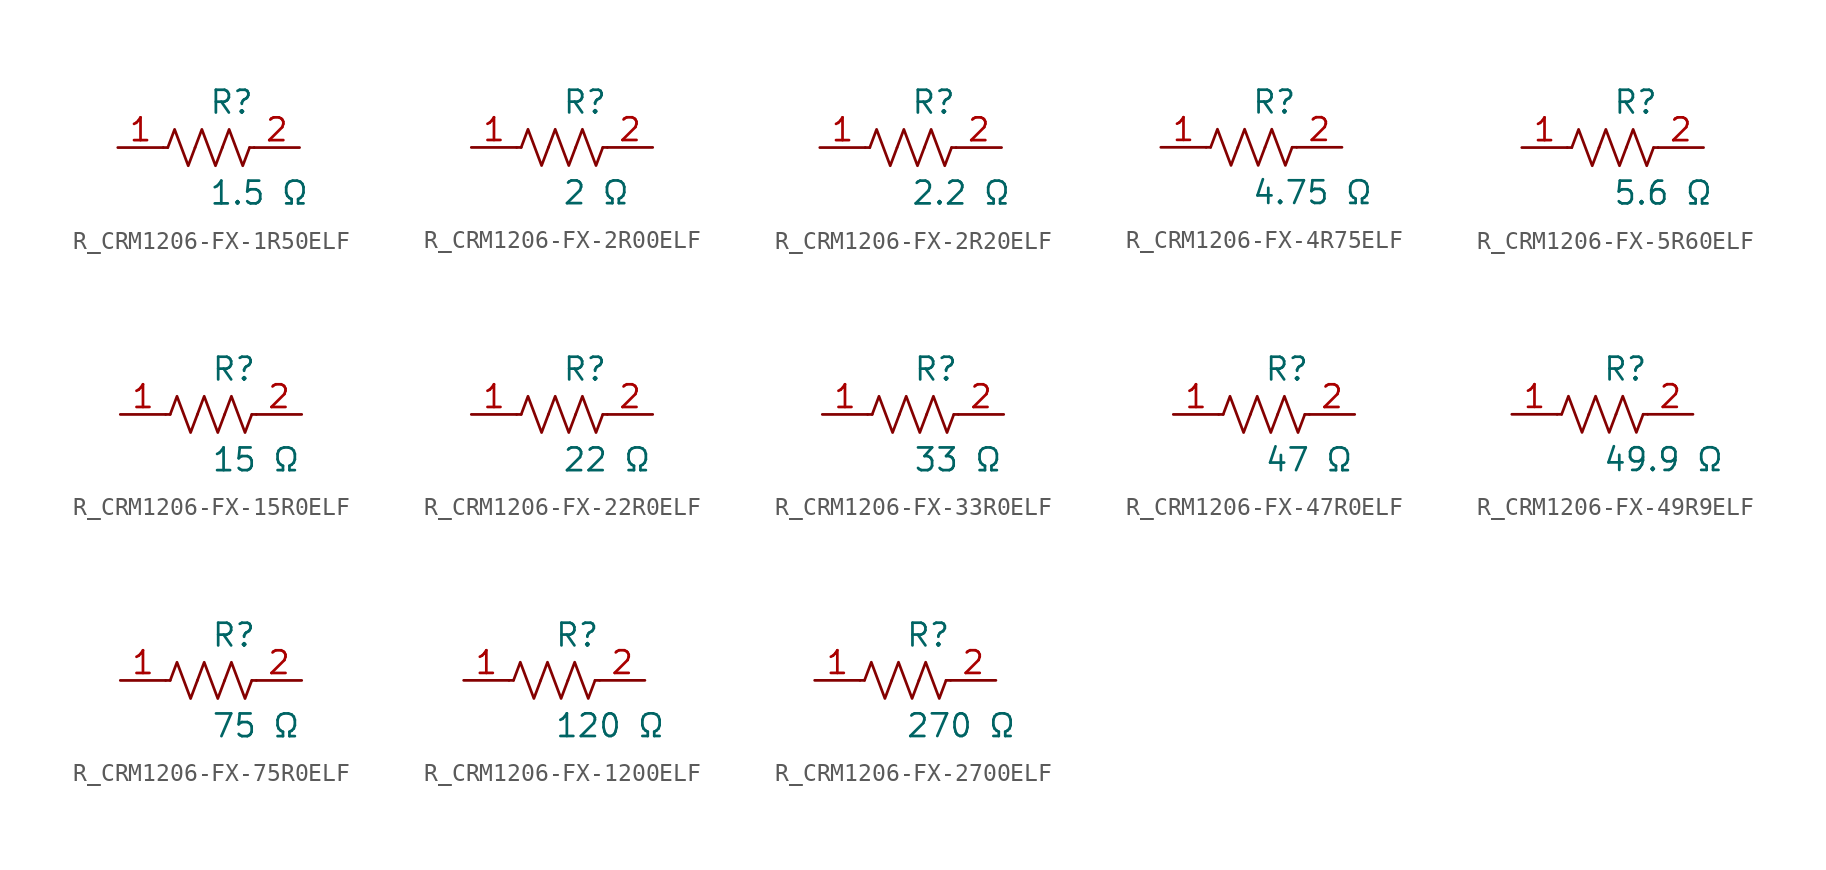
<source format=kicad_sym>
(kicad_symbol_lib
  (version 20231120)
  (generator kicad_symbol_editor)
  (generator_version 8.0)
  (symbol "R_CRM1206-FX-1R50ELF"
    (pin_names
      (offset 0.254))
    (property "Reference" "R"
      (at 0 2.54 0)
      (effects (font (size 1.27 1.27)) (justify left)))
    (property "Value" "1.5 Ω"
      (at 0 -2.54 0)
      (effects (font (size 1.27 1.27)) (justify left)))
    (symbol "R_CRM1206-FX-1R50ELF_0_1"
      (polyline (pts (xy 2.286 0) (xy 2.54 0)) (stroke (width 0) (type default)) (fill (type none)))
      (polyline (pts (xy -2.286 0) (xy -2.54 0)) (stroke (width 0) (type default)) (fill (type none)))
      (polyline (pts (xy 0.762 0) (xy 1.143 1.016) (xy 1.524 0) (xy 1.905 -1.016) (xy 2.286 0)) (stroke (width 0) (type default)) (fill (type none)))
      (polyline (pts (xy -0.762 0) (xy -0.381 1.016) (xy 0 0) (xy 0.381 -1.016) (xy 0.762 0)) (stroke (width 0) (type default)) (fill (type none)))
      (polyline (pts (xy -2.286 0) (xy -1.905 1.016) (xy -1.524 0) (xy -1.143 -1.016) (xy -0.762 0)) (stroke (width 0) (type default)) (fill (type none))))
    (pin passive line
      (at -5.08 0 0)
      (length 2.54)
      (name "" (effects (font (size 1.27 1.27))))
      (number "1" (effects (font (size 1.27 1.27)))))
    (pin passive line
      (at 5.08 0 180)
      (length 2.54)
      (name "" (effects (font (size 1.27 1.27))))
      (number "2" (effects (font (size 1.27 1.27))))))
  (symbol "R_CRM1206-FX-2R00ELF"
    (pin_names
      (offset 0.254))
    (property "Reference" "R"
      (at 0 2.54 0)
      (effects (font (size 1.27 1.27)) (justify left)))
    (property "Value" "2 Ω"
      (at 0 -2.54 0)
      (effects (font (size 1.27 1.27)) (justify left)))
    (symbol "R_CRM1206-FX-2R00ELF_0_1"
      (polyline (pts (xy 2.286 0) (xy 2.54 0)) (stroke (width 0) (type default)) (fill (type none)))
      (polyline (pts (xy -2.286 0) (xy -2.54 0)) (stroke (width 0) (type default)) (fill (type none)))
      (polyline (pts (xy 0.762 0) (xy 1.143 1.016) (xy 1.524 0) (xy 1.905 -1.016) (xy 2.286 0)) (stroke (width 0) (type default)) (fill (type none)))
      (polyline (pts (xy -0.762 0) (xy -0.381 1.016) (xy 0 0) (xy 0.381 -1.016) (xy 0.762 0)) (stroke (width 0) (type default)) (fill (type none)))
      (polyline (pts (xy -2.286 0) (xy -1.905 1.016) (xy -1.524 0) (xy -1.143 -1.016) (xy -0.762 0)) (stroke (width 0) (type default)) (fill (type none))))
    (pin passive line
      (at -5.08 0 0)
      (length 2.54)
      (name "" (effects (font (size 1.27 1.27))))
      (number "1" (effects (font (size 1.27 1.27)))))
    (pin passive line
      (at 5.08 0 180)
      (length 2.54)
      (name "" (effects (font (size 1.27 1.27))))
      (number "2" (effects (font (size 1.27 1.27))))))
  (symbol "R_CRM1206-FX-2R20ELF"
    (pin_names
      (offset 0.254))
    (property "Reference" "R"
      (at 0 2.54 0)
      (effects (font (size 1.27 1.27)) (justify left)))
    (property "Value" "2.2 Ω"
      (at 0 -2.54 0)
      (effects (font (size 1.27 1.27)) (justify left)))
    (symbol "R_CRM1206-FX-2R20ELF_0_1"
      (polyline (pts (xy 2.286 0) (xy 2.54 0)) (stroke (width 0) (type default)) (fill (type none)))
      (polyline (pts (xy -2.286 0) (xy -2.54 0)) (stroke (width 0) (type default)) (fill (type none)))
      (polyline (pts (xy 0.762 0) (xy 1.143 1.016) (xy 1.524 0) (xy 1.905 -1.016) (xy 2.286 0)) (stroke (width 0) (type default)) (fill (type none)))
      (polyline (pts (xy -0.762 0) (xy -0.381 1.016) (xy 0 0) (xy 0.381 -1.016) (xy 0.762 0)) (stroke (width 0) (type default)) (fill (type none)))
      (polyline (pts (xy -2.286 0) (xy -1.905 1.016) (xy -1.524 0) (xy -1.143 -1.016) (xy -0.762 0)) (stroke (width 0) (type default)) (fill (type none))))
    (pin passive line
      (at -5.08 0 0)
      (length 2.54)
      (name "" (effects (font (size 1.27 1.27))))
      (number "1" (effects (font (size 1.27 1.27)))))
    (pin passive line
      (at 5.08 0 180)
      (length 2.54)
      (name "" (effects (font (size 1.27 1.27))))
      (number "2" (effects (font (size 1.27 1.27))))))
  (symbol "R_CRM1206-FX-4R75ELF"
    (pin_names
      (offset 0.254))
    (property "Reference" "R"
      (at 0 2.54 0)
      (effects (font (size 1.27 1.27)) (justify left)))
    (property "Value" "4.75 Ω"
      (at 0 -2.54 0)
      (effects (font (size 1.27 1.27)) (justify left)))
    (symbol "R_CRM1206-FX-4R75ELF_0_1"
      (polyline (pts (xy 2.286 0) (xy 2.54 0)) (stroke (width 0) (type default)) (fill (type none)))
      (polyline (pts (xy -2.286 0) (xy -2.54 0)) (stroke (width 0) (type default)) (fill (type none)))
      (polyline (pts (xy 0.762 0) (xy 1.143 1.016) (xy 1.524 0) (xy 1.905 -1.016) (xy 2.286 0)) (stroke (width 0) (type default)) (fill (type none)))
      (polyline (pts (xy -0.762 0) (xy -0.381 1.016) (xy 0 0) (xy 0.381 -1.016) (xy 0.762 0)) (stroke (width 0) (type default)) (fill (type none)))
      (polyline (pts (xy -2.286 0) (xy -1.905 1.016) (xy -1.524 0) (xy -1.143 -1.016) (xy -0.762 0)) (stroke (width 0) (type default)) (fill (type none))))
    (pin passive line
      (at -5.08 0 0)
      (length 2.54)
      (name "" (effects (font (size 1.27 1.27))))
      (number "1" (effects (font (size 1.27 1.27)))))
    (pin passive line
      (at 5.08 0 180)
      (length 2.54)
      (name "" (effects (font (size 1.27 1.27))))
      (number "2" (effects (font (size 1.27 1.27))))))
  (symbol "R_CRM1206-FX-5R60ELF"
    (pin_names
      (offset 0.254))
    (property "Reference" "R"
      (at 0 2.54 0)
      (effects (font (size 1.27 1.27)) (justify left)))
    (property "Value" "5.6 Ω"
      (at 0 -2.54 0)
      (effects (font (size 1.27 1.27)) (justify left)))
    (symbol "R_CRM1206-FX-5R60ELF_0_1"
      (polyline (pts (xy 2.286 0) (xy 2.54 0)) (stroke (width 0) (type default)) (fill (type none)))
      (polyline (pts (xy -2.286 0) (xy -2.54 0)) (stroke (width 0) (type default)) (fill (type none)))
      (polyline (pts (xy 0.762 0) (xy 1.143 1.016) (xy 1.524 0) (xy 1.905 -1.016) (xy 2.286 0)) (stroke (width 0) (type default)) (fill (type none)))
      (polyline (pts (xy -0.762 0) (xy -0.381 1.016) (xy 0 0) (xy 0.381 -1.016) (xy 0.762 0)) (stroke (width 0) (type default)) (fill (type none)))
      (polyline (pts (xy -2.286 0) (xy -1.905 1.016) (xy -1.524 0) (xy -1.143 -1.016) (xy -0.762 0)) (stroke (width 0) (type default)) (fill (type none))))
    (pin passive line
      (at -5.08 0 0)
      (length 2.54)
      (name "" (effects (font (size 1.27 1.27))))
      (number "1" (effects (font (size 1.27 1.27)))))
    (pin passive line
      (at 5.08 0 180)
      (length 2.54)
      (name "" (effects (font (size 1.27 1.27))))
      (number "2" (effects (font (size 1.27 1.27))))))
  (symbol "R_CRM1206-FX-15R0ELF"
    (pin_names
      (offset 0.254))
    (property "Reference" "R"
      (at 0 2.54 0)
      (effects (font (size 1.27 1.27)) (justify left)))
    (property "Value" "15 Ω"
      (at 0 -2.54 0)
      (effects (font (size 1.27 1.27)) (justify left)))
    (symbol "R_CRM1206-FX-15R0ELF_0_1"
      (polyline (pts (xy 2.286 0) (xy 2.54 0)) (stroke (width 0) (type default)) (fill (type none)))
      (polyline (pts (xy -2.286 0) (xy -2.54 0)) (stroke (width 0) (type default)) (fill (type none)))
      (polyline (pts (xy 0.762 0) (xy 1.143 1.016) (xy 1.524 0) (xy 1.905 -1.016) (xy 2.286 0)) (stroke (width 0) (type default)) (fill (type none)))
      (polyline (pts (xy -0.762 0) (xy -0.381 1.016) (xy 0 0) (xy 0.381 -1.016) (xy 0.762 0)) (stroke (width 0) (type default)) (fill (type none)))
      (polyline (pts (xy -2.286 0) (xy -1.905 1.016) (xy -1.524 0) (xy -1.143 -1.016) (xy -0.762 0)) (stroke (width 0) (type default)) (fill (type none))))
    (pin passive line
      (at -5.08 0 0)
      (length 2.54)
      (name "" (effects (font (size 1.27 1.27))))
      (number "1" (effects (font (size 1.27 1.27)))))
    (pin passive line
      (at 5.08 0 180)
      (length 2.54)
      (name "" (effects (font (size 1.27 1.27))))
      (number "2" (effects (font (size 1.27 1.27))))))
  (symbol "R_CRM1206-FX-22R0ELF"
    (pin_names
      (offset 0.254))
    (property "Reference" "R"
      (at 0 2.54 0)
      (effects (font (size 1.27 1.27)) (justify left)))
    (property "Value" "22 Ω"
      (at 0 -2.54 0)
      (effects (font (size 1.27 1.27)) (justify left)))
    (symbol "R_CRM1206-FX-22R0ELF_0_1"
      (polyline (pts (xy 2.286 0) (xy 2.54 0)) (stroke (width 0) (type default)) (fill (type none)))
      (polyline (pts (xy -2.286 0) (xy -2.54 0)) (stroke (width 0) (type default)) (fill (type none)))
      (polyline (pts (xy 0.762 0) (xy 1.143 1.016) (xy 1.524 0) (xy 1.905 -1.016) (xy 2.286 0)) (stroke (width 0) (type default)) (fill (type none)))
      (polyline (pts (xy -0.762 0) (xy -0.381 1.016) (xy 0 0) (xy 0.381 -1.016) (xy 0.762 0)) (stroke (width 0) (type default)) (fill (type none)))
      (polyline (pts (xy -2.286 0) (xy -1.905 1.016) (xy -1.524 0) (xy -1.143 -1.016) (xy -0.762 0)) (stroke (width 0) (type default)) (fill (type none))))
    (pin passive line
      (at -5.08 0 0)
      (length 2.54)
      (name "" (effects (font (size 1.27 1.27))))
      (number "1" (effects (font (size 1.27 1.27)))))
    (pin passive line
      (at 5.08 0 180)
      (length 2.54)
      (name "" (effects (font (size 1.27 1.27))))
      (number "2" (effects (font (size 1.27 1.27))))))
  (symbol "R_CRM1206-FX-33R0ELF"
    (pin_names
      (offset 0.254))
    (property "Reference" "R"
      (at 0 2.54 0)
      (effects (font (size 1.27 1.27)) (justify left)))
    (property "Value" "33 Ω"
      (at 0 -2.54 0)
      (effects (font (size 1.27 1.27)) (justify left)))
    (symbol "R_CRM1206-FX-33R0ELF_0_1"
      (polyline (pts (xy 2.286 0) (xy 2.54 0)) (stroke (width 0) (type default)) (fill (type none)))
      (polyline (pts (xy -2.286 0) (xy -2.54 0)) (stroke (width 0) (type default)) (fill (type none)))
      (polyline (pts (xy 0.762 0) (xy 1.143 1.016) (xy 1.524 0) (xy 1.905 -1.016) (xy 2.286 0)) (stroke (width 0) (type default)) (fill (type none)))
      (polyline (pts (xy -0.762 0) (xy -0.381 1.016) (xy 0 0) (xy 0.381 -1.016) (xy 0.762 0)) (stroke (width 0) (type default)) (fill (type none)))
      (polyline (pts (xy -2.286 0) (xy -1.905 1.016) (xy -1.524 0) (xy -1.143 -1.016) (xy -0.762 0)) (stroke (width 0) (type default)) (fill (type none))))
    (pin passive line
      (at -5.08 0 0)
      (length 2.54)
      (name "" (effects (font (size 1.27 1.27))))
      (number "1" (effects (font (size 1.27 1.27)))))
    (pin passive line
      (at 5.08 0 180)
      (length 2.54)
      (name "" (effects (font (size 1.27 1.27))))
      (number "2" (effects (font (size 1.27 1.27))))))
  (symbol "R_CRM1206-FX-47R0ELF"
    (pin_names
      (offset 0.254))
    (property "Reference" "R"
      (at 0 2.54 0)
      (effects (font (size 1.27 1.27)) (justify left)))
    (property "Value" "47 Ω"
      (at 0 -2.54 0)
      (effects (font (size 1.27 1.27)) (justify left)))
    (symbol "R_CRM1206-FX-47R0ELF_0_1"
      (polyline (pts (xy 2.286 0) (xy 2.54 0)) (stroke (width 0) (type default)) (fill (type none)))
      (polyline (pts (xy -2.286 0) (xy -2.54 0)) (stroke (width 0) (type default)) (fill (type none)))
      (polyline (pts (xy 0.762 0) (xy 1.143 1.016) (xy 1.524 0) (xy 1.905 -1.016) (xy 2.286 0)) (stroke (width 0) (type default)) (fill (type none)))
      (polyline (pts (xy -0.762 0) (xy -0.381 1.016) (xy 0 0) (xy 0.381 -1.016) (xy 0.762 0)) (stroke (width 0) (type default)) (fill (type none)))
      (polyline (pts (xy -2.286 0) (xy -1.905 1.016) (xy -1.524 0) (xy -1.143 -1.016) (xy -0.762 0)) (stroke (width 0) (type default)) (fill (type none))))
    (pin passive line
      (at -5.08 0 0)
      (length 2.54)
      (name "" (effects (font (size 1.27 1.27))))
      (number "1" (effects (font (size 1.27 1.27)))))
    (pin passive line
      (at 5.08 0 180)
      (length 2.54)
      (name "" (effects (font (size 1.27 1.27))))
      (number "2" (effects (font (size 1.27 1.27))))))
  (symbol "R_CRM1206-FX-49R9ELF"
    (pin_names
      (offset 0.254))
    (property "Reference" "R"
      (at 0 2.54 0)
      (effects (font (size 1.27 1.27)) (justify left)))
    (property "Value" "49.9 Ω"
      (at 0 -2.54 0)
      (effects (font (size 1.27 1.27)) (justify left)))
    (symbol "R_CRM1206-FX-49R9ELF_0_1"
      (polyline (pts (xy 2.286 0) (xy 2.54 0)) (stroke (width 0) (type default)) (fill (type none)))
      (polyline (pts (xy -2.286 0) (xy -2.54 0)) (stroke (width 0) (type default)) (fill (type none)))
      (polyline (pts (xy 0.762 0) (xy 1.143 1.016) (xy 1.524 0) (xy 1.905 -1.016) (xy 2.286 0)) (stroke (width 0) (type default)) (fill (type none)))
      (polyline (pts (xy -0.762 0) (xy -0.381 1.016) (xy 0 0) (xy 0.381 -1.016) (xy 0.762 0)) (stroke (width 0) (type default)) (fill (type none)))
      (polyline (pts (xy -2.286 0) (xy -1.905 1.016) (xy -1.524 0) (xy -1.143 -1.016) (xy -0.762 0)) (stroke (width 0) (type default)) (fill (type none))))
    (pin passive line
      (at -5.08 0 0)
      (length 2.54)
      (name "" (effects (font (size 1.27 1.27))))
      (number "1" (effects (font (size 1.27 1.27)))))
    (pin passive line
      (at 5.08 0 180)
      (length 2.54)
      (name "" (effects (font (size 1.27 1.27))))
      (number "2" (effects (font (size 1.27 1.27))))))
  (symbol "R_CRM1206-FX-75R0ELF"
    (pin_names
      (offset 0.254))
    (property "Reference" "R"
      (at 0 2.54 0)
      (effects (font (size 1.27 1.27)) (justify left)))
    (property "Value" "75 Ω"
      (at 0 -2.54 0)
      (effects (font (size 1.27 1.27)) (justify left)))
    (symbol "R_CRM1206-FX-75R0ELF_0_1"
      (polyline (pts (xy 2.286 0) (xy 2.54 0)) (stroke (width 0) (type default)) (fill (type none)))
      (polyline (pts (xy -2.286 0) (xy -2.54 0)) (stroke (width 0) (type default)) (fill (type none)))
      (polyline (pts (xy 0.762 0) (xy 1.143 1.016) (xy 1.524 0) (xy 1.905 -1.016) (xy 2.286 0)) (stroke (width 0) (type default)) (fill (type none)))
      (polyline (pts (xy -0.762 0) (xy -0.381 1.016) (xy 0 0) (xy 0.381 -1.016) (xy 0.762 0)) (stroke (width 0) (type default)) (fill (type none)))
      (polyline (pts (xy -2.286 0) (xy -1.905 1.016) (xy -1.524 0) (xy -1.143 -1.016) (xy -0.762 0)) (stroke (width 0) (type default)) (fill (type none))))
    (pin passive line
      (at -5.08 0 0)
      (length 2.54)
      (name "" (effects (font (size 1.27 1.27))))
      (number "1" (effects (font (size 1.27 1.27)))))
    (pin passive line
      (at 5.08 0 180)
      (length 2.54)
      (name "" (effects (font (size 1.27 1.27))))
      (number "2" (effects (font (size 1.27 1.27))))))
  (symbol "R_CRM1206-FX-1200ELF"
    (pin_names
      (offset 0.254))
    (property "Reference" "R"
      (at 0 2.54 0)
      (effects (font (size 1.27 1.27)) (justify left)))
    (property "Value" "120 Ω"
      (at 0 -2.54 0)
      (effects (font (size 1.27 1.27)) (justify left)))
    (symbol "R_CRM1206-FX-1200ELF_0_1"
      (polyline (pts (xy 2.286 0) (xy 2.54 0)) (stroke (width 0) (type default)) (fill (type none)))
      (polyline (pts (xy -2.286 0) (xy -2.54 0)) (stroke (width 0) (type default)) (fill (type none)))
      (polyline (pts (xy 0.762 0) (xy 1.143 1.016) (xy 1.524 0) (xy 1.905 -1.016) (xy 2.286 0)) (stroke (width 0) (type default)) (fill (type none)))
      (polyline (pts (xy -0.762 0) (xy -0.381 1.016) (xy 0 0) (xy 0.381 -1.016) (xy 0.762 0)) (stroke (width 0) (type default)) (fill (type none)))
      (polyline (pts (xy -2.286 0) (xy -1.905 1.016) (xy -1.524 0) (xy -1.143 -1.016) (xy -0.762 0)) (stroke (width 0) (type default)) (fill (type none))))
    (pin passive line
      (at -5.08 0 0)
      (length 2.54)
      (name "" (effects (font (size 1.27 1.27))))
      (number "1" (effects (font (size 1.27 1.27)))))
    (pin passive line
      (at 5.08 0 180)
      (length 2.54)
      (name "" (effects (font (size 1.27 1.27))))
      (number "2" (effects (font (size 1.27 1.27))))))
  (symbol "R_CRM1206-FX-2700ELF"
    (pin_names
      (offset 0.254))
    (property "Reference" "R"
      (at 0 2.54 0)
      (effects (font (size 1.27 1.27)) (justify left)))
    (property "Value" "270 Ω"
      (at 0 -2.54 0)
      (effects (font (size 1.27 1.27)) (justify left)))
    (symbol "R_CRM1206-FX-2700ELF_0_1"
      (polyline (pts (xy 2.286 0) (xy 2.54 0)) (stroke (width 0) (type default)) (fill (type none)))
      (polyline (pts (xy -2.286 0) (xy -2.54 0)) (stroke (width 0) (type default)) (fill (type none)))
      (polyline (pts (xy 0.762 0) (xy 1.143 1.016) (xy 1.524 0) (xy 1.905 -1.016) (xy 2.286 0)) (stroke (width 0) (type default)) (fill (type none)))
      (polyline (pts (xy -0.762 0) (xy -0.381 1.016) (xy 0 0) (xy 0.381 -1.016) (xy 0.762 0)) (stroke (width 0) (type default)) (fill (type none)))
      (polyline (pts (xy -2.286 0) (xy -1.905 1.016) (xy -1.524 0) (xy -1.143 -1.016) (xy -0.762 0)) (stroke (width 0) (type default)) (fill (type none))))
    (pin passive line
      (at -5.08 0 0)
      (length 2.54)
      (name "" (effects (font (size 1.27 1.27))))
      (number "1" (effects (font (size 1.27 1.27)))))
    (pin passive line
      (at 5.08 0 180)
      (length 2.54)
      (name "" (effects (font (size 1.27 1.27))))
      (number "2" (effects (font (size 1.27 1.27)))))))
</source>
